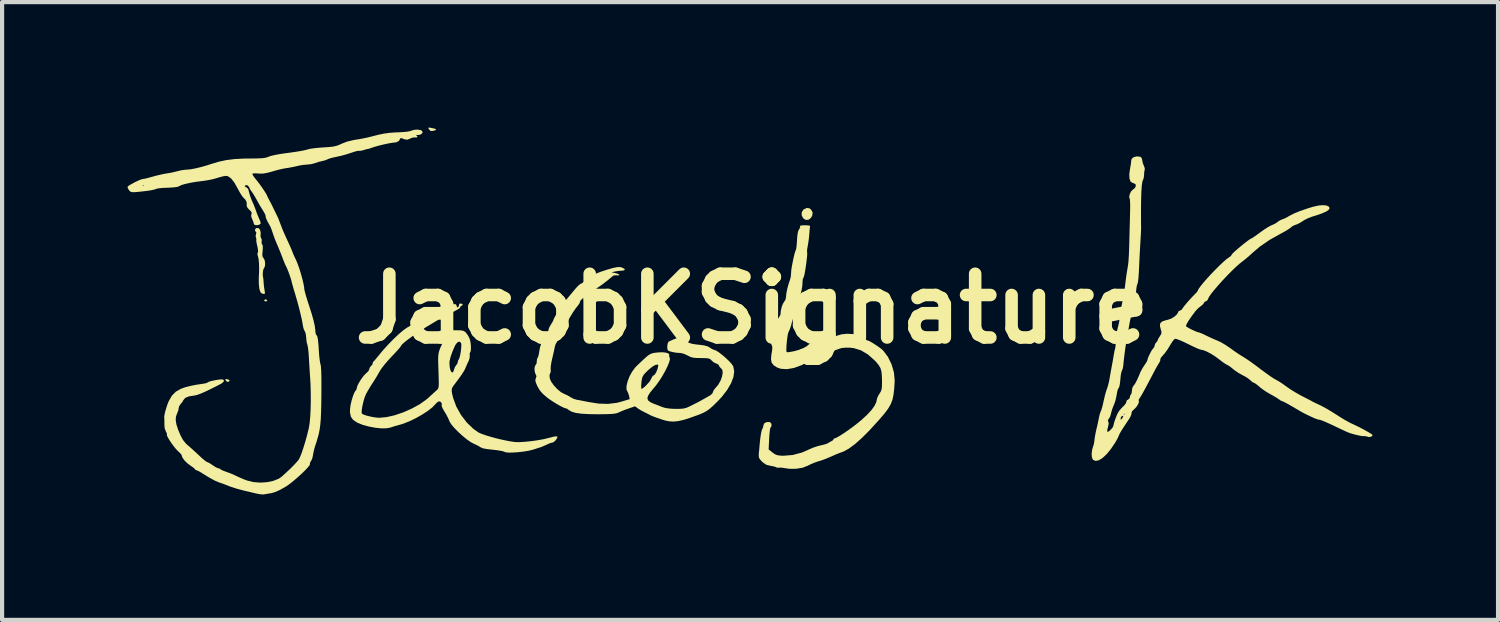
<source format=kicad_pcb>
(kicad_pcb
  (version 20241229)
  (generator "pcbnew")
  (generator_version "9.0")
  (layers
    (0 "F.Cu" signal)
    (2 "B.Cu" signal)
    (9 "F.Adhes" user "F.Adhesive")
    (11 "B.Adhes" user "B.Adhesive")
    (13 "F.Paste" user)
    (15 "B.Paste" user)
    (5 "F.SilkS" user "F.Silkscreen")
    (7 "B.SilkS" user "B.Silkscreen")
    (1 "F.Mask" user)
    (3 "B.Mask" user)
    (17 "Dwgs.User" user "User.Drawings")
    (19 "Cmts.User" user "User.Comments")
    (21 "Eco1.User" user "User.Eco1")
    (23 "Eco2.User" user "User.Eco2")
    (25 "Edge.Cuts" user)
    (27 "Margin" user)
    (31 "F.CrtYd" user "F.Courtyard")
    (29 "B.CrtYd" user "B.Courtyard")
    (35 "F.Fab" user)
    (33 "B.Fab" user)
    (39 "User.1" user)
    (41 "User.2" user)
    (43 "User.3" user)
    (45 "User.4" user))
  (footprint "JacobKSignature"
    (layer "F.Cu")
    (at 14.932 4.33)
    (property "Reference" "JacobKSignature" (at 0 0 0) (layer "F.SilkS") (effects (font (size 1.524 1.524) (thickness 0.3))))
    (attr board_only exclude_from_pos_files exclude_from_bom)
    (fp_poly (pts (xy -1.526 0.652) (xy -1.538 0.665) (xy -1.551 0.652) (xy -1.538 0.64)) (stroke (width 0) (type solid)) (fill yes) (layer "F.SilkS"))
    (fp_poly (pts (xy -12.529 1.693) (xy -12.493 1.712) (xy -12.5 1.734) (xy -12.507 1.74) (xy -12.544 1.752) (xy -12.573 1.731) (xy -12.597 1.694) (xy -12.579 1.681)) (stroke (width 0) (type solid)) (fill yes) (layer "F.SilkS"))
    (fp_poly (pts (xy -11.597 -0.208) (xy -11.592 -0.197) (xy -11.612 -0.175) (xy -11.629 -0.172) (xy -11.662 -0.186) (xy -11.666 -0.197) (xy -11.646 -0.219) (xy -11.629 -0.222)) (stroke (width 0) (type solid)) (fill yes) (layer "F.SilkS"))
    (fp_poly (pts (xy -7.687 -4.325) (xy -7.663 -4.32) (xy -7.583 -4.302) (xy -7.553 -4.286) (xy -7.569 -4.268) (xy -7.631 -4.25) (xy -7.688 -4.25) (xy -7.725 -4.287) (xy -7.743 -4.319) (xy -7.733 -4.33)) (stroke (width 0) (type solid)) (fill yes) (layer "F.SilkS"))
    (fp_poly (pts (xy 1.376 -2.397) (xy 1.411 -2.367) (xy 1.448 -2.301) (xy 1.439 -2.227) (xy 1.412 -2.177) (xy 1.356 -2.128) (xy 1.288 -2.121) (xy 1.225 -2.159) (xy 1.222 -2.162) (xy 1.186 -2.231) (xy 1.188 -2.306) (xy 1.227 -2.367) (xy 1.236 -2.374) (xy 1.312 -2.409)) (stroke (width 0) (type solid)) (fill yes) (layer "F.SilkS"))
    (fp_poly (pts (xy -11.802 -1.926) (xy -11.765 -1.887) (xy -11.749 -1.822) (xy -11.751 -1.783) (xy -11.753 -1.722) (xy -11.739 -1.686) (xy -11.738 -1.685) (xy -11.723 -1.651) (xy -11.726 -1.611) (xy -11.727 -1.561) (xy -11.713 -1.537) (xy -11.699 -1.5) (xy -11.699 -1.42) (xy -11.703 -1.38) (xy -11.71 -1.294) (xy -11.704 -1.241) (xy -11.683 -1.21) (xy -11.68 -1.208) (xy -11.654 -1.16) (xy -11.643 -1.09) (xy -11.647 -1.019) (xy -11.668 -0.969) (xy -11.672 -0.965) (xy -11.688 -0.929) (xy -11.698 -0.865) (xy -11.699 -0.796) (xy -11.691 -0.742) (xy -11.689 -0.738) (xy -11.685 -0.708) (xy -11.68 -0.647) (xy -11.678 -0.615) (xy -11.67 -0.526) (xy -11.657 -0.441) (xy -11.654 -0.425) (xy -11.646 -0.369) (xy -11.662 -0.351) (xy -11.713 -0.359) (xy -11.719 -0.361) (xy -11.756 -0.396) (xy -11.781 -0.475) (xy -11.794 -0.596) (xy -11.794 -0.755) (xy -11.789 -0.837) (xy -11.786 -0.958) (xy -11.789 -1.076) (xy -11.798 -1.178) (xy -11.813 -1.249) (xy -11.819 -1.264) (xy -11.829 -1.316) (xy -11.819 -1.334) (xy -11.81 -1.375) (xy -11.822 -1.458) (xy -11.83 -1.492) (xy -11.847 -1.568) (xy -11.855 -1.625) (xy -11.853 -1.645) (xy -11.854 -1.679) (xy -11.863 -1.698) (xy -11.87 -1.749) (xy -11.861 -1.775) (xy -11.852 -1.82) (xy -11.863 -1.834) (xy -11.887 -1.871) (xy -11.874 -1.912) (xy -11.852 -1.928)) (stroke (width 0) (type solid)) (fill yes) (layer "F.SilkS"))
    (fp_poly (pts (xy 1.327 -1.992) (xy 1.372 -1.986) (xy 1.387 -1.974) (xy 1.386 -1.967) (xy 1.382 -1.936) (xy 1.375 -1.871) (xy 1.368 -1.784) (xy 1.368 -1.778) (xy 1.357 -1.67) (xy 1.342 -1.562) (xy 1.329 -1.49) (xy 1.317 -1.418) (xy 1.313 -1.367) (xy 1.316 -1.355) (xy 1.319 -1.322) (xy 1.315 -1.253) (xy 1.305 -1.161) (xy 1.292 -1.056) (xy 1.276 -0.951) (xy 1.26 -0.856) (xy 1.245 -0.784) (xy 1.232 -0.746) (xy 1.229 -0.742) (xy 1.215 -0.715) (xy 1.207 -0.656) (xy 1.206 -0.622) (xy 1.199 -0.53) (xy 1.182 -0.432) (xy 1.158 -0.346) (xy 1.132 -0.289) (xy 1.128 -0.284) (xy 1.114 -0.245) (xy 1.108 -0.183) (xy 1.099 -0.113) (xy 1.076 -0.026) (xy 1.062 0.015) (xy 1.011 0.152) (xy 0.974 0.256) (xy 0.948 0.342) (xy 0.933 0.402) (xy 0.908 0.478) (xy 0.879 0.543) (xy 0.875 0.549) (xy 0.86 0.592) (xy 0.846 0.666) (xy 0.834 0.758) (xy 0.825 0.856) (xy 0.82 0.944) (xy 0.82 1.011) (xy 0.827 1.04) (xy 0.855 1.042) (xy 0.918 1.033) (xy 1.001 1.018) (xy 1.002 1.018) (xy 1.114 0.987) (xy 1.219 0.946) (xy 1.305 0.9) (xy 1.356 0.856) (xy 1.356 0.855) (xy 1.385 0.84) (xy 1.451 0.818) (xy 1.545 0.79) (xy 1.652 0.761) (xy 1.774 0.728) (xy 1.888 0.695) (xy 1.98 0.665) (xy 2.03 0.646) (xy 2.144 0.613) (xy 2.276 0.6) (xy 2.412 0.608) (xy 2.538 0.633) (xy 2.643 0.675) (xy 2.707 0.726) (xy 2.747 0.757) (xy 2.768 0.763) (xy 2.805 0.776) (xy 2.868 0.811) (xy 2.945 0.86) (xy 3.024 0.913) (xy 3.091 0.963) (xy 3.133 1) (xy 3.248 1.152) (xy 3.336 1.333) (xy 3.392 1.527) (xy 3.41 1.719) (xy 3.409 1.744) (xy 3.398 1.921) (xy 3.381 2.062) (xy 3.356 2.18) (xy 3.315 2.284) (xy 3.256 2.387) (xy 3.173 2.498) (xy 3.062 2.629) (xy 3.016 2.681) (xy 2.809 2.908) (xy 2.624 3.093) (xy 2.46 3.238) (xy 2.316 3.345) (xy 2.189 3.415) (xy 2.132 3.436) (xy 2.078 3.456) (xy 2.003 3.486) (xy 1.969 3.501) (xy 1.855 3.551) (xy 1.772 3.586) (xy 1.707 3.611) (xy 1.647 3.632) (xy 1.578 3.652) (xy 1.476 3.688) (xy 1.371 3.734) (xy 1.332 3.755) (xy 1.208 3.803) (xy 1.057 3.828) (xy 0.896 3.829) (xy 0.788 3.814) (xy 0.713 3.802) (xy 0.656 3.8) (xy 0.643 3.803) (xy 0.595 3.802) (xy 0.581 3.794) (xy 0.542 3.778) (xy 0.473 3.763) (xy 0.438 3.757) (xy 0.342 3.733) (xy 0.263 3.681) (xy 0.237 3.656) (xy 0.185 3.6) (xy 0.162 3.552) (xy 0.159 3.49) (xy 0.162 3.453) (xy 0.172 3.356) (xy 0.18 3.26) (xy 0.182 3.237) (xy 0.197 3.097) (xy 0.214 2.983) (xy 0.232 2.904) (xy 0.248 2.869) (xy 0.266 2.827) (xy 0.271 2.789) (xy 0.292 2.742) (xy 0.344 2.713) (xy 0.409 2.71) (xy 0.431 2.716) (xy 0.459 2.746) (xy 0.467 2.792) (xy 0.454 2.829) (xy 0.445 2.835) (xy 0.434 2.861) (xy 0.423 2.926) (xy 0.414 3.019) (xy 0.409 3.104) (xy 0.396 3.366) (xy 0.488 3.439) (xy 0.545 3.48) (xy 0.601 3.503) (xy 0.674 3.514) (xy 0.746 3.517) (xy 0.973 3.499) (xy 1.199 3.438) (xy 1.353 3.37) (xy 1.458 3.324) (xy 1.575 3.285) (xy 1.638 3.27) (xy 1.723 3.25) (xy 1.791 3.228) (xy 1.821 3.212) (xy 1.877 3.178) (xy 1.901 3.167) (xy 1.938 3.143) (xy 1.944 3.127) (xy 1.964 3.103) (xy 1.973 3.101) (xy 2.014 3.087) (xy 2.086 3.047) (xy 2.18 2.987) (xy 2.288 2.914) (xy 2.402 2.831) (xy 2.513 2.746) (xy 2.608 2.668) (xy 2.747 2.541) (xy 2.857 2.422) (xy 2.933 2.315) (xy 2.973 2.225) (xy 2.978 2.19) (xy 2.992 2.134) (xy 3.026 2.064) (xy 3.043 2.038) (xy 3.076 1.985) (xy 3.096 1.933) (xy 3.105 1.867) (xy 3.107 1.771) (xy 3.107 1.741) (xy 3.103 1.604) (xy 3.093 1.502) (xy 3.071 1.424) (xy 3.032 1.355) (xy 2.973 1.282) (xy 2.933 1.24) (xy 2.769 1.094) (xy 2.603 0.996) (xy 2.429 0.943) (xy 2.325 0.932) (xy 2.231 0.933) (xy 2.151 0.94) (xy 2.104 0.952) (xy 2.053 0.972) (xy 1.974 0.996) (xy 1.921 1.01) (xy 1.779 1.051) (xy 1.637 1.109) (xy 1.48 1.19) (xy 1.389 1.244) (xy 1.187 1.35) (xy 1 1.418) (xy 0.832 1.447) (xy 0.684 1.437) (xy 0.595 1.405) (xy 0.514 1.352) (xy 0.467 1.289) (xy 0.452 1.205) (xy 0.463 1.09) (xy 0.468 1.064) (xy 0.483 0.967) (xy 0.483 0.907) (xy 0.47 0.877) (xy 0.457 0.839) (xy 0.475 0.781) (xy 0.482 0.766) (xy 0.505 0.704) (xy 0.509 0.656) (xy 0.508 0.652) (xy 0.509 0.607) (xy 0.53 0.548) (xy 0.556 0.472) (xy 0.566 0.398) (xy 0.581 0.321) (xy 0.619 0.243) (xy 0.622 0.238) (xy 0.659 0.182) (xy 0.678 0.141) (xy 0.679 0.135) (xy 0.688 0.049) (xy 0.709 -0.042) (xy 0.738 -0.119) (xy 0.766 -0.162) (xy 0.802 -0.223) (xy 0.812 -0.286) (xy 0.82 -0.367) (xy 0.842 -0.476) (xy 0.873 -0.592) (xy 0.908 -0.695) (xy 0.926 -0.768) (xy 0.933 -0.851) (xy 0.933 -0.855) (xy 0.937 -0.917) (xy 0.951 -1.008) (xy 0.971 -1.113) (xy 0.993 -1.22) (xy 1.016 -1.314) (xy 1.037 -1.382) (xy 1.046 -1.403) (xy 1.057 -1.441) (xy 1.066 -1.512) (xy 1.071 -1.583) (xy 1.079 -1.711) (xy 1.09 -1.8) (xy 1.104 -1.859) (xy 1.125 -1.898) (xy 1.13 -1.905) (xy 1.149 -1.947) (xy 1.145 -1.968) (xy 1.156 -1.985) (xy 1.212 -1.993) (xy 1.241 -1.994)) (stroke (width 0) (type solid)) (fill yes) (layer "F.SilkS"))
    (fp_poly (pts (xy -6.923 -0.111) (xy -6.922 -0.085) (xy -6.955 -0.064) (xy -6.981 -0.041) (xy -6.98 -0.028) (xy -6.994 -0.01) (xy -7.041 0.02) (xy -7.105 0.055) (xy -7.175 0.089) (xy -7.236 0.114) (xy -7.274 0.123) (xy -7.304 0.137) (xy -7.356 0.17) (xy -7.369 0.18) (xy -7.425 0.218) (xy -7.51 0.271) (xy -7.607 0.329) (xy -7.642 0.35) (xy -7.767 0.424) (xy -7.897 0.506) (xy -8.025 0.592) (xy -8.143 0.675) (xy -8.246 0.751) (xy -8.326 0.816) (xy -8.377 0.864) (xy -8.393 0.889) (xy -8.409 0.915) (xy -8.454 0.969) (xy -8.52 1.042) (xy -8.601 1.128) (xy -8.614 1.141) (xy -8.705 1.24) (xy -8.79 1.339) (xy -8.858 1.427) (xy -8.899 1.49) (xy -8.947 1.574) (xy -9.008 1.677) (xy -9.069 1.772) (xy -9.13 1.868) (xy -9.188 1.965) (xy -9.231 2.043) (xy -9.231 2.043) (xy -9.262 2.117) (xy -9.29 2.212) (xy -9.314 2.312) (xy -9.33 2.404) (xy -9.335 2.475) (xy -9.33 2.508) (xy -9.295 2.53) (xy -9.226 2.555) (xy -9.135 2.578) (xy -9.038 2.597) (xy -8.947 2.608) (xy -8.911 2.609) (xy -8.738 2.593) (xy -8.542 2.548) (xy -8.337 2.478) (xy -8.134 2.388) (xy -7.946 2.285) (xy -7.787 2.172) (xy -7.741 2.132) (xy -7.663 2.061) (xy -7.593 1.997) (xy -7.544 1.953) (xy -7.538 1.948) (xy -7.518 1.928) (xy -7.504 1.905) (xy -7.495 1.871) (xy -7.491 1.819) (xy -7.491 1.74) (xy -7.494 1.627) (xy -7.498 1.492) (xy -7.503 1.341) (xy -7.504 1.295) (xy -7.236 1.295) (xy -7.23 1.393) (xy -7.213 1.468) (xy -7.19 1.514) (xy -7.165 1.527) (xy -7.14 1.5) (xy -7.126 1.454) (xy -7.103 1.392) (xy -7.074 1.352) (xy -7.044 1.306) (xy -7.039 1.282) (xy -7.025 1.23) (xy -7.013 1.215) (xy -6.996 1.176) (xy -6.978 1.104) (xy -6.963 1.017) (xy -6.954 0.929) (xy -6.951 0.858) (xy -6.956 0.826) (xy -6.987 0.79) (xy -7.03 0.796) (xy -7.075 0.839) (xy -7.1 0.88) (xy -7.16 1.015) (xy -7.205 1.141) (xy -7.231 1.245) (xy -7.236 1.295) (xy -7.504 1.295) (xy -7.506 1.229) (xy -7.504 1.147) (xy -7.498 1.084) (xy -7.487 1.031) (xy -7.47 0.978) (xy -7.45 0.927) (xy -7.4 0.82) (xy -7.338 0.71) (xy -7.293 0.643) (xy -7.199 0.517) (xy -7.045 0.517) (xy -6.956 0.519) (xy -6.9 0.531) (xy -6.86 0.555) (xy -6.836 0.58) (xy -6.786 0.651) (xy -6.752 0.722) (xy -6.734 0.791) (xy -6.724 0.874) (xy -6.722 0.954) (xy -6.728 1.017) (xy -6.74 1.044) (xy -6.753 1.075) (xy -6.75 1.117) (xy -6.754 1.182) (xy -6.776 1.247) (xy -6.811 1.321) (xy -6.845 1.401) (xy -6.845 1.403) (xy -6.881 1.479) (xy -6.942 1.575) (xy -7.03 1.698) (xy -7.112 1.806) (xy -7.155 1.864) (xy -7.178 1.914) (xy -7.182 1.97) (xy -7.17 2.045) (xy -7.149 2.13) (xy -7.074 2.337) (xy -6.962 2.538) (xy -6.822 2.722) (xy -6.661 2.876) (xy -6.547 2.957) (xy -6.476 2.99) (xy -6.369 3.028) (xy -6.236 3.068) (xy -6.089 3.107) (xy -5.939 3.142) (xy -5.798 3.17) (xy -5.677 3.188) (xy -5.671 3.189) (xy -5.572 3.192) (xy -5.439 3.184) (xy -5.286 3.169) (xy -5.129 3.147) (xy -4.981 3.12) (xy -4.857 3.09) (xy -4.844 3.087) (xy -4.743 3.06) (xy -4.678 3.053) (xy -4.652 3.063) (xy -4.652 3.065) (xy -4.667 3.105) (xy -4.703 3.153) (xy -4.744 3.19) (xy -4.766 3.2) (xy -4.816 3.211) (xy -4.843 3.222) (xy -5.031 3.305) (xy -5.249 3.375) (xy -5.353 3.399) (xy -5.472 3.418) (xy -5.596 3.432) (xy -5.714 3.44) (xy -5.815 3.442) (xy -5.888 3.435) (xy -5.921 3.423) (xy -5.956 3.409) (xy -6.028 3.395) (xy -6.125 3.381) (xy -6.2 3.373) (xy -6.341 3.357) (xy -6.44 3.338) (xy -6.492 3.315) (xy -6.493 3.314) (xy -6.541 3.283) (xy -6.613 3.248) (xy -6.65 3.232) (xy -6.728 3.19) (xy -6.823 3.123) (xy -6.927 3.038) (xy -7.029 2.944) (xy -7.121 2.85) (xy -7.192 2.765) (xy -7.234 2.698) (xy -7.238 2.687) (xy -7.268 2.616) (xy -7.314 2.528) (xy -7.351 2.467) (xy -7.393 2.397) (xy -7.418 2.341) (xy -7.422 2.316) (xy -7.418 2.27) (xy -7.445 2.229) (xy -7.48 2.215) (xy -7.522 2.234) (xy -7.569 2.279) (xy -7.576 2.288) (xy -7.65 2.365) (xy -7.76 2.45) (xy -7.895 2.537) (xy -8.045 2.621) (xy -8.199 2.695) (xy -8.346 2.753) (xy -8.442 2.781) (xy -8.533 2.806) (xy -8.621 2.834) (xy -8.639 2.841) (xy -8.736 2.86) (xy -8.864 2.862) (xy -9.012 2.847) (xy -9.165 2.818) (xy -9.311 2.778) (xy -9.437 2.727) (xy -9.446 2.722) (xy -9.539 2.659) (xy -9.593 2.582) (xy -9.614 2.479) (xy -9.613 2.403) (xy -9.601 2.312) (xy -9.578 2.209) (xy -9.549 2.109) (xy -9.517 2.024) (xy -9.487 1.968) (xy -9.474 1.956) (xy -9.455 1.922) (xy -9.451 1.894) (xy -9.436 1.842) (xy -9.398 1.768) (xy -9.346 1.685) (xy -9.288 1.607) (xy -9.235 1.55) (xy -9.217 1.536) (xy -9.173 1.493) (xy -9.156 1.453) (xy -9.139 1.405) (xy -9.107 1.367) (xy -9.075 1.328) (xy -9.07 1.303) (xy -9.067 1.278) (xy -9.064 1.276) (xy -9.04 1.253) (xy -8.996 1.203) (xy -8.948 1.144) (xy -8.83 1.001) (xy -8.702 0.86) (xy -8.573 0.727) (xy -8.449 0.61) (xy -8.338 0.516) (xy -8.247 0.452) (xy -8.221 0.437) (xy -8.135 0.39) (xy -8.04 0.329) (xy -7.994 0.296) (xy -7.908 0.236) (xy -7.816 0.179) (xy -7.773 0.155) (xy -7.656 0.097) (xy -7.55 0.048) (xy -7.465 0.01) (xy -7.409 -0.01) (xy -7.396 -0.013) (xy -7.361 -0.023) (xy -7.299 -0.048) (xy -7.252 -0.07) (xy -7.155 -0.106) (xy -7.093 -0.109) (xy -7.065 -0.077) (xy -7.064 -0.06) (xy -7.049 -0.032) (xy -7.033 -0.031) (xy -7.01 -0.061) (xy -7.009 -0.083) (xy -6.998 -0.116) (xy -6.966 -0.123)) (stroke (width 0) (type solid)) (fill yes) (layer "F.SilkS"))
    (fp_poly (pts (xy -3.117 -0.986) (xy -3.056 -0.955) (xy -3.042 -0.929) (xy -3.075 -0.912) (xy -3.118 -0.908) (xy -3.203 -0.901) (xy -3.282 -0.888) (xy -3.286 -0.887) (xy -3.36 -0.87) (xy -3.267 -0.85) (xy -3.208 -0.832) (xy -3.177 -0.812) (xy -3.175 -0.807) (xy -3.195 -0.793) (xy -3.236 -0.798) (xy -3.304 -0.795) (xy -3.353 -0.762) (xy -3.468 -0.665) (xy -3.594 -0.569) (xy -3.717 -0.486) (xy -3.807 -0.434) (xy -3.869 -0.396) (xy -3.941 -0.343) (xy -4.011 -0.284) (xy -4.07 -0.228) (xy -4.108 -0.184) (xy -4.115 -0.165) (xy -4.124 -0.13) (xy -4.153 -0.089) (xy -4.219 -0.005) (xy -4.288 0.096) (xy -4.364 0.222) (xy -4.453 0.382) (xy -4.484 0.44) (xy -4.522 0.518) (xy -4.537 0.567) (xy -4.531 0.599) (xy -4.523 0.61) (xy -4.505 0.643) (xy -4.527 0.66) (xy -4.529 0.66) (xy -4.59 0.7) (xy -4.651 0.77) (xy -4.698 0.851) (xy -4.715 0.906) (xy -4.729 0.974) (xy -4.75 1.071) (xy -4.775 1.177) (xy -4.779 1.193) (xy -4.801 1.294) (xy -4.814 1.383) (xy -4.816 1.446) (xy -4.815 1.454) (xy -4.814 1.512) (xy -4.828 1.545) (xy -4.843 1.589) (xy -4.838 1.663) (xy -4.838 1.663) (xy -4.805 1.743) (xy -4.741 1.834) (xy -4.658 1.923) (xy -4.569 1.997) (xy -4.487 2.041) (xy -4.41 2.075) (xy -4.343 2.114) (xy -4.335 2.12) (xy -4.27 2.155) (xy -4.192 2.178) (xy -4.188 2.179) (xy -4.117 2.191) (xy -4.02 2.21) (xy -3.922 2.23) (xy -3.669 2.27) (xy -3.444 2.277) (xy -3.238 2.252) (xy -3.13 2.225) (xy -2.926 2.163) (xy -2.942 2.085) (xy -2.96 2.023) (xy -2.98 1.983) (xy -2.981 1.983) (xy -3.004 1.925) (xy -3.001 1.845) (xy -2.652 1.845) (xy -2.65 1.9) (xy -2.642 1.919) (xy -2.612 1.903) (xy -2.564 1.864) (xy -2.547 1.849) (xy -2.453 1.747) (xy -2.4 1.654) (xy -2.396 1.643) (xy -2.374 1.607) (xy -2.36 1.6) (xy -2.329 1.578) (xy -2.294 1.524) (xy -2.264 1.451) (xy -2.252 1.408) (xy -2.243 1.354) (xy -2.255 1.336) (xy -2.298 1.342) (xy -2.305 1.344) (xy -2.358 1.37) (xy -2.428 1.421) (xy -2.502 1.486) (xy -2.502 1.487) (xy -2.57 1.556) (xy -2.61 1.61) (xy -2.631 1.666) (xy -2.644 1.741) (xy -2.646 1.766) (xy -2.652 1.845) (xy -3.001 1.845) (xy -3 1.839) (xy -2.975 1.735) (xy -2.931 1.622) (xy -2.872 1.513) (xy -2.802 1.416) (xy -2.764 1.375) (xy -2.651 1.267) (xy -2.566 1.188) (xy -2.502 1.132) (xy -2.452 1.096) (xy -2.407 1.074) (xy -2.362 1.061) (xy -2.308 1.053) (xy -2.252 1.047) (xy -2.154 1.042) (xy -2.07 1.05) (xy -2.008 1.067) (xy -1.979 1.091) (xy -1.982 1.109) (xy -1.982 1.147) (xy -1.97 1.168) (xy -1.964 1.21) (xy -1.983 1.283) (xy -2.023 1.38) (xy -2.078 1.492) (xy -2.145 1.611) (xy -2.22 1.728) (xy -2.298 1.836) (xy -2.349 1.897) (xy -2.438 2.005) (xy -2.49 2.088) (xy -2.503 2.152) (xy -2.478 2.202) (xy -2.415 2.245) (xy -2.348 2.274) (xy -2.256 2.309) (xy -2.165 2.345) (xy -2.135 2.357) (xy -2.05 2.379) (xy -1.93 2.393) (xy -1.827 2.396) (xy -1.715 2.395) (xy -1.633 2.387) (xy -1.566 2.369) (xy -1.495 2.338) (xy -1.477 2.329) (xy -1.398 2.289) (xy -1.334 2.257) (xy -1.304 2.242) (xy -1.244 2.21) (xy -1.162 2.164) (xy -1.077 2.116) (xy -1.008 2.076) (xy -0.989 2.064) (xy -0.948 2.025) (xy -0.935 1.992) (xy -0.918 1.95) (xy -0.877 1.899) (xy -0.872 1.893) (xy -0.806 1.815) (xy -0.754 1.722) (xy -0.719 1.626) (xy -0.703 1.537) (xy -0.71 1.466) (xy -0.742 1.426) (xy -0.779 1.39) (xy -0.788 1.366) (xy -0.809 1.334) (xy -0.855 1.313) (xy -0.921 1.281) (xy -0.968 1.239) (xy -0.994 1.211) (xy -1.028 1.194) (xy -1.08 1.185) (xy -1.163 1.182) (xy -1.224 1.181) (xy -1.335 1.179) (xy -1.414 1.171) (xy -1.475 1.153) (xy -1.536 1.123) (xy -1.542 1.119) (xy -1.627 1.08) (xy -1.707 1.06) (xy -1.729 1.059) (xy -1.798 1.055) (xy -1.879 1.042) (xy -1.954 1.024) (xy -2.004 1.005) (xy -2.011 1) (xy -2.026 0.959) (xy -2.028 0.896) (xy -2.018 0.833) (xy -1.999 0.792) (xy -1.994 0.788) (xy -1.871 0.732) (xy -1.75 0.691) (xy -1.69 0.676) (xy -1.63 0.669) (xy -1.601 0.682) (xy -1.586 0.724) (xy -1.562 0.776) (xy -1.517 0.813) (xy -1.442 0.839) (xy -1.329 0.857) (xy -1.272 0.862) (xy -1.148 0.878) (xy -1.06 0.903) (xy -1.009 0.932) (xy -0.954 0.967) (xy -0.913 0.984) (xy -0.91 0.984) (xy -0.863 1.001) (xy -0.792 1.046) (xy -0.709 1.11) (xy -0.623 1.184) (xy -0.544 1.26) (xy -0.483 1.329) (xy -0.45 1.38) (xy -0.427 1.496) (xy -0.445 1.632) (xy -0.502 1.782) (xy -0.595 1.942) (xy -0.722 2.107) (xy -0.818 2.21) (xy -0.923 2.314) (xy -1.007 2.389) (xy -1.082 2.444) (xy -1.161 2.488) (xy -1.255 2.528) (xy -1.292 2.542) (xy -1.482 2.61) (xy -1.636 2.659) (xy -1.764 2.688) (xy -1.873 2.7) (xy -1.974 2.695) (xy -2.074 2.675) (xy -2.141 2.655) (xy -2.272 2.611) (xy -2.364 2.577) (xy -2.427 2.55) (xy -2.461 2.532) (xy -2.508 2.507) (xy -2.573 2.475) (xy -2.581 2.471) (xy -2.659 2.43) (xy -2.731 2.385) (xy -2.731 2.384) (xy -2.798 2.335) (xy -2.954 2.388) (xy -3.049 2.422) (xy -3.135 2.457) (xy -3.186 2.481) (xy -3.225 2.497) (xy -3.279 2.509) (xy -3.355 2.517) (xy -3.463 2.522) (xy -3.608 2.524) (xy -3.667 2.525) (xy -3.893 2.522) (xy -4.074 2.512) (xy -4.212 2.493) (xy -4.313 2.464) (xy -4.379 2.426) (xy -4.381 2.425) (xy -4.421 2.395) (xy -4.44 2.387) (xy -4.487 2.374) (xy -4.563 2.339) (xy -4.656 2.287) (xy -4.755 2.226) (xy -4.85 2.163) (xy -4.902 2.124) (xy -5.003 2.037) (xy -5.073 1.957) (xy -5.126 1.868) (xy -5.133 1.854) (xy -5.169 1.771) (xy -5.183 1.718) (xy -5.177 1.68) (xy -5.17 1.667) (xy -5.155 1.614) (xy -5.164 1.592) (xy -5.19 1.535) (xy -5.202 1.462) (xy -5.198 1.393) (xy -5.178 1.351) (xy -5.151 1.304) (xy -5.149 1.267) (xy -5.143 1.208) (xy -5.129 1.179) (xy -5.11 1.135) (xy -5.094 1.063) (xy -5.088 1.02) (xy -5.072 0.933) (xy -5.046 0.847) (xy -5.015 0.773) (xy -4.985 0.725) (xy -4.967 0.714) (xy -4.95 0.693) (xy -4.947 0.669) (xy -4.931 0.618) (xy -4.902 0.576) (xy -4.872 0.532) (xy -4.866 0.502) (xy -4.858 0.468) (xy -4.829 0.411) (xy -4.812 0.385) (xy -4.775 0.324) (xy -4.753 0.28) (xy -4.75 0.27) (xy -4.738 0.238) (xy -4.707 0.179) (xy -4.676 0.127) (xy -4.636 0.058) (xy -4.609 0.007) (xy -4.603 -0.013) (xy -4.587 -0.04) (xy -4.548 -0.092) (xy -4.502 -0.145) (xy -4.437 -0.221) (xy -4.357 -0.316) (xy -4.278 -0.411) (xy -4.267 -0.425) (xy -4.203 -0.5) (xy -4.148 -0.557) (xy -4.11 -0.588) (xy -4.103 -0.591) (xy -4.07 -0.607) (xy -4.015 -0.648) (xy -3.951 -0.701) (xy -3.853 -0.775) (xy -3.739 -0.835) (xy -3.619 -0.882) (xy -3.454 -0.936) (xy -3.328 -0.972) (xy -3.235 -0.991) (xy -3.166 -0.996)) (stroke (width 0) (type solid)) (fill yes) (layer "F.SilkS"))
    (fp_poly (pts (xy -7.921 -4.268) (xy -7.901 -4.258) (xy -7.877 -4.224) (xy -7.891 -4.188) (xy -7.934 -4.16) (xy -7.99 -4.152) (xy -8.03 -4.152) (xy -8.031 -4.145) (xy -8.03 -4.144) (xy -8 -4.118) (xy -8.01 -4.095) (xy -8.052 -4.094) (xy -8.053 -4.094) (xy -8.112 -4.092) (xy -8.176 -4.067) (xy -8.235 -4.041) (xy -8.291 -4.044) (xy -8.324 -4.055) (xy -8.376 -4.074) (xy -8.403 -4.08) (xy -8.404 -4.079) (xy -8.444 -4.01) (xy -8.511 -3.976) (xy -8.531 -3.974) (xy -8.599 -3.967) (xy -8.698 -3.95) (xy -8.815 -3.925) (xy -8.933 -3.896) (xy -9.037 -3.866) (xy -9.094 -3.847) (xy -9.154 -3.826) (xy -9.189 -3.816) (xy -9.193 -3.817) (xy -9.213 -3.814) (xy -9.265 -3.799) (xy -9.285 -3.792) (xy -9.348 -3.776) (xy -9.391 -3.773) (xy -9.397 -3.775) (xy -9.428 -3.773) (xy -9.493 -3.757) (xy -9.576 -3.73) (xy -9.587 -3.726) (xy -9.704 -3.688) (xy -9.838 -3.652) (xy -9.939 -3.63) (xy -10.031 -3.61) (xy -10.105 -3.59) (xy -10.147 -3.573) (xy -10.149 -3.572) (xy -10.19 -3.553) (xy -10.257 -3.534) (xy -10.276 -3.53) (xy -10.363 -3.509) (xy -10.446 -3.482) (xy -10.453 -3.479) (xy -10.531 -3.457) (xy -10.622 -3.446) (xy -10.638 -3.445) (xy -10.726 -3.438) (xy -10.829 -3.421) (xy -10.872 -3.411) (xy -10.978 -3.387) (xy -11.092 -3.366) (xy -11.13 -3.361) (xy -11.217 -3.346) (xy -11.329 -3.32) (xy -11.444 -3.288) (xy -11.466 -3.281) (xy -11.593 -3.247) (xy -11.692 -3.23) (xy -11.782 -3.23) (xy -11.804 -3.232) (xy -11.88 -3.236) (xy -11.933 -3.232) (xy -11.949 -3.225) (xy -11.94 -3.198) (xy -11.907 -3.146) (xy -11.868 -3.098) (xy -11.817 -3.034) (xy -11.757 -2.954) (xy -11.698 -2.869) (xy -11.646 -2.79) (xy -11.608 -2.729) (xy -11.593 -2.694) (xy -11.592 -2.693) (xy -11.581 -2.666) (xy -11.551 -2.608) (xy -11.509 -2.53) (xy -11.5 -2.514) (xy -11.331 -2.166) (xy -11.256 -1.97) (xy -11.229 -1.899) (xy -11.187 -1.8) (xy -11.137 -1.69) (xy -11.113 -1.638) (xy -11.066 -1.536) (xy -11.026 -1.446) (xy -10.998 -1.38) (xy -10.99 -1.358) (xy -10.97 -1.305) (xy -10.935 -1.228) (xy -10.901 -1.157) (xy -10.866 -1.073) (xy -10.826 -0.961) (xy -10.787 -0.835) (xy -10.752 -0.707) (xy -10.725 -0.593) (xy -10.709 -0.504) (xy -10.707 -0.472) (xy -10.699 -0.429) (xy -10.678 -0.349) (xy -10.647 -0.244) (xy -10.609 -0.123) (xy -10.598 -0.091) (xy -10.533 0.112) (xy -10.487 0.275) (xy -10.457 0.406) (xy -10.443 0.51) (xy -10.441 0.551) (xy -10.431 0.609) (xy -10.409 0.641) (xy -10.392 0.675) (xy -10.378 0.756) (xy -10.366 0.883) (xy -10.361 0.964) (xy -10.353 1.088) (xy -10.342 1.198) (xy -10.33 1.284) (xy -10.318 1.333) (xy -10.309 1.383) (xy -10.302 1.483) (xy -10.298 1.631) (xy -10.297 1.828) (xy -10.298 2.074) (xy -10.298 2.083) (xy -10.301 2.309) (xy -10.306 2.494) (xy -10.313 2.647) (xy -10.324 2.775) (xy -10.339 2.888) (xy -10.36 2.993) (xy -10.389 3.1) (xy -10.424 3.216) (xy -10.452 3.298) (xy -10.477 3.39) (xy -10.496 3.483) (xy -10.499 3.505) (xy -10.515 3.579) (xy -10.541 3.636) (xy -10.547 3.643) (xy -10.571 3.689) (xy -10.571 3.719) (xy -10.584 3.749) (xy -10.627 3.802) (xy -10.694 3.873) (xy -10.778 3.954) (xy -10.871 4.038) (xy -10.966 4.119) (xy -11.056 4.191) (xy -11.133 4.245) (xy -11.151 4.256) (xy -11.285 4.332) (xy -11.393 4.381) (xy -11.486 4.409) (xy -11.519 4.415) (xy -11.598 4.428) (xy -11.664 4.439) (xy -11.679 4.442) (xy -11.729 4.441) (xy -11.807 4.43) (xy -11.863 4.418) (xy -11.964 4.394) (xy -12.082 4.366) (xy -12.159 4.348) (xy -12.315 4.306) (xy -12.464 4.259) (xy -12.585 4.212) (xy -12.589 4.21) (xy -12.645 4.188) (xy -12.72 4.163) (xy -12.734 4.158) (xy -12.839 4.115) (xy -12.977 4.04) (xy -13.148 3.935) (xy -13.169 3.921) (xy -13.23 3.886) (xy -13.277 3.866) (xy -13.286 3.864) (xy -13.314 3.851) (xy -13.315 3.844) (xy -13.334 3.821) (xy -13.383 3.783) (xy -13.422 3.757) (xy -13.506 3.694) (xy -13.576 3.624) (xy -13.622 3.557) (xy -13.635 3.514) (xy -13.653 3.479) (xy -13.697 3.433) (xy -13.711 3.421) (xy -13.759 3.373) (xy -13.816 3.306) (xy -13.873 3.229) (xy -13.926 3.151) (xy -13.968 3.081) (xy -13.992 3.029) (xy -13.994 3.004) (xy -13.99 3.003) (xy -13.991 2.985) (xy -14.013 2.943) (xy -14.015 2.94) (xy -14.045 2.858) (xy -14.052 2.762) (xy -14.051 2.688) (xy -14.053 2.634) (xy -14.055 2.621) (xy -14.055 2.575) (xy -14.041 2.496) (xy -14.015 2.401) (xy -13.983 2.301) (xy -13.948 2.212) (xy -13.945 2.207) (xy -13.871 2.079) (xy -13.778 1.985) (xy -13.656 1.916) (xy -13.537 1.874) (xy -13.419 1.845) (xy -13.293 1.82) (xy -13.192 1.805) (xy -13.107 1.793) (xy -13.043 1.778) (xy -13.015 1.763) (xy -12.984 1.746) (xy -12.92 1.728) (xy -12.838 1.711) (xy -12.756 1.697) (xy -12.688 1.691) (xy -12.653 1.693) (xy -12.627 1.718) (xy -12.642 1.755) (xy -12.693 1.794) (xy -12.698 1.797) (xy -12.89 1.895) (xy -13.044 1.97) (xy -13.165 2.024) (xy -13.257 2.059) (xy -13.325 2.076) (xy -13.346 2.079) (xy -13.468 2.098) (xy -13.553 2.134) (xy -13.596 2.184) (xy -13.597 2.186) (xy -13.627 2.239) (xy -13.661 2.277) (xy -13.698 2.331) (xy -13.709 2.376) (xy -13.72 2.438) (xy -13.746 2.501) (xy -13.775 2.579) (xy -13.781 2.665) (xy -13.764 2.769) (xy -13.722 2.897) (xy -13.664 3.034) (xy -13.608 3.137) (xy -13.54 3.223) (xy -13.512 3.249) (xy -13.455 3.298) (xy -13.375 3.369) (xy -13.286 3.451) (xy -13.24 3.494) (xy -13.161 3.567) (xy -13.094 3.624) (xy -13.046 3.66) (xy -13.03 3.667) (xy -12.996 3.681) (xy -12.938 3.715) (xy -12.901 3.741) (xy -12.835 3.784) (xy -12.782 3.81) (xy -12.763 3.815) (xy -12.722 3.829) (xy -12.713 3.838) (xy -12.684 3.857) (xy -12.622 3.884) (xy -12.57 3.902) (xy -12.47 3.939) (xy -12.368 3.983) (xy -12.331 4.001) (xy -12.242 4.042) (xy -12.137 4.086) (xy -12.078 4.108) (xy -11.927 4.146) (xy -11.763 4.159) (xy -11.598 4.149) (xy -11.445 4.117) (xy -11.316 4.065) (xy -11.255 4.023) (xy -11.15 3.929) (xy -11.045 3.831) (xy -10.952 3.737) (xy -10.879 3.658) (xy -10.837 3.606) (xy -10.807 3.546) (xy -10.769 3.449) (xy -10.727 3.324) (xy -10.683 3.181) (xy -10.641 3.03) (xy -10.604 2.881) (xy -10.595 2.841) (xy -10.578 2.729) (xy -10.564 2.578) (xy -10.555 2.399) (xy -10.551 2.203) (xy -10.552 1.999) (xy -10.558 1.799) (xy -10.566 1.661) (xy -10.576 1.515) (xy -10.586 1.354) (xy -10.595 1.203) (xy -10.598 1.146) (xy -10.606 1.037) (xy -10.617 0.943) (xy -10.628 0.878) (xy -10.634 0.859) (xy -10.648 0.809) (xy -10.658 0.734) (xy -10.66 0.697) (xy -10.669 0.619) (xy -10.685 0.558) (xy -10.695 0.541) (xy -10.718 0.494) (xy -10.737 0.423) (xy -10.74 0.406) (xy -10.752 0.33) (xy -10.764 0.267) (xy -10.766 0.258) (xy -10.805 0.09) (xy -10.839 -0.046) (xy -10.872 -0.168) (xy -10.908 -0.291) (xy -10.927 -0.357) (xy -10.96 -0.465) (xy -10.987 -0.559) (xy -11.005 -0.627) (xy -11.011 -0.652) (xy -11.024 -0.703) (xy -11.049 -0.779) (xy -11.08 -0.866) (xy -11.112 -0.947) (xy -11.137 -1.005) (xy -11.147 -1.021) (xy -11.163 -1.055) (xy -11.191 -1.122) (xy -11.225 -1.209) (xy -11.233 -1.231) (xy -11.275 -1.339) (xy -11.32 -1.449) (xy -11.357 -1.537) (xy -11.358 -1.538) (xy -11.4 -1.638) (xy -11.441 -1.749) (xy -11.457 -1.797) (xy -11.484 -1.878) (xy -11.509 -1.943) (xy -11.521 -1.969) (xy -11.587 -2.087) (xy -11.624 -2.168) (xy -11.632 -2.209) (xy -11.631 -2.212) (xy -11.637 -2.242) (xy -11.665 -2.298) (xy -11.698 -2.353) (xy -11.757 -2.447) (xy -11.818 -2.554) (xy -11.848 -2.609) (xy -11.894 -2.69) (xy -11.937 -2.76) (xy -11.962 -2.794) (xy -12.003 -2.854) (xy -12.022 -2.898) (xy -12.054 -2.943) (xy -12.086 -2.953) (xy -12.128 -2.942) (xy -12.127 -2.919) (xy -12.088 -2.898) (xy -12.049 -2.863) (xy -12.028 -2.791) (xy -12.007 -2.711) (xy -11.974 -2.617) (xy -11.954 -2.572) (xy -11.914 -2.48) (xy -11.878 -2.387) (xy -11.865 -2.35) (xy -11.834 -2.264) (xy -11.794 -2.169) (xy -11.784 -2.145) (xy -11.755 -2.077) (xy -11.749 -2.039) (xy -11.765 -2.018) (xy -11.767 -2.016) (xy -11.82 -1.997) (xy -11.873 -1.997) (xy -11.908 -2.014) (xy -11.912 -2.027) (xy -11.923 -2.07) (xy -11.948 -2.132) (xy -11.953 -2.141) (xy -11.978 -2.214) (xy -11.969 -2.261) (xy -11.963 -2.296) (xy -11.992 -2.337) (xy -12.016 -2.359) (xy -12.062 -2.408) (xy -12.083 -2.452) (xy -12.083 -2.458) (xy -12.084 -2.542) (xy -12.112 -2.603) (xy -12.149 -2.64) (xy -12.191 -2.689) (xy -12.242 -2.768) (xy -12.292 -2.859) (xy -12.295 -2.865) (xy -12.378 -3.014) (xy -12.457 -3.114) (xy -12.533 -3.167) (xy -12.578 -3.175) (xy -12.636 -3.167) (xy -12.72 -3.146) (xy -12.788 -3.125) (xy -12.886 -3.097) (xy -13.008 -3.072) (xy -13.13 -3.053) (xy -13.143 -3.052) (xy -13.299 -3.032) (xy -13.443 -3.007) (xy -13.563 -2.98) (xy -13.653 -2.952) (xy -13.697 -2.928) (xy -13.744 -2.911) (xy -13.834 -2.899) (xy -13.961 -2.892) (xy -13.98 -2.892) (xy -14.088 -2.887) (xy -14.178 -2.878) (xy -14.239 -2.867) (xy -14.257 -2.86) (xy -14.294 -2.847) (xy -14.368 -2.831) (xy -14.468 -2.816) (xy -14.57 -2.804) (xy -14.69 -2.791) (xy -14.772 -2.785) (xy -14.824 -2.786) (xy -14.856 -2.794) (xy -14.878 -2.81) (xy -14.896 -2.831) (xy -14.926 -2.88) (xy -14.932 -2.914) (xy -14.907 -2.938) (xy -14.902 -2.941) (xy -14.571 -2.941) (xy -14.558 -2.929) (xy -14.546 -2.941) (xy -14.558 -2.953) (xy -14.571 -2.941) (xy -14.902 -2.941) (xy -14.849 -2.974) (xy -14.773 -3.015) (xy -14.693 -3.054) (xy -14.621 -3.085) (xy -14.572 -3.099) (xy -14.567 -3.1) (xy -14.521 -3.107) (xy -14.448 -3.124) (xy -14.407 -3.136) (xy -14.234 -3.183) (xy -14.083 -3.218) (xy -13.968 -3.238) (xy -13.955 -3.24) (xy -13.879 -3.253) (xy -13.786 -3.275) (xy -13.742 -3.286) (xy -13.649 -3.308) (xy -13.559 -3.321) (xy -13.525 -3.323) (xy -13.43 -3.331) (xy -13.303 -3.355) (xy -13.159 -3.39) (xy -13.011 -3.433) (xy -12.958 -3.451) (xy -12.764 -3.51) (xy -12.573 -3.552) (xy -12.371 -3.577) (xy -12.142 -3.589) (xy -12.025 -3.59) (xy -11.868 -3.591) (xy -11.753 -3.595) (xy -11.67 -3.602) (xy -11.612 -3.613) (xy -11.569 -3.63) (xy -11.568 -3.63) (xy -11.512 -3.65) (xy -11.421 -3.672) (xy -11.309 -3.693) (xy -11.216 -3.708) (xy -11.037 -3.732) (xy -10.9 -3.752) (xy -10.796 -3.769) (xy -10.718 -3.784) (xy -10.657 -3.798) (xy -10.608 -3.812) (xy -10.548 -3.825) (xy -10.454 -3.838) (xy -10.338 -3.849) (xy -10.239 -3.856) (xy -10.107 -3.865) (xy -10.011 -3.876) (xy -9.936 -3.893) (xy -9.87 -3.917) (xy -9.818 -3.942) (xy -9.68 -3.995) (xy -9.519 -4.033) (xy -9.486 -4.038) (xy -9.358 -4.059) (xy -9.218 -4.087) (xy -9.107 -4.114) (xy -8.938 -4.157) (xy -8.798 -4.186) (xy -8.668 -4.204) (xy -8.529 -4.214) (xy -8.442 -4.217) (xy -8.334 -4.223) (xy -8.239 -4.233) (xy -8.172 -4.246) (xy -8.154 -4.253) (xy -8.082 -4.276) (xy -7.996 -4.281)) (stroke (width 0) (type solid)) (fill yes) (layer "F.SilkS"))
    (fp_poly (pts (xy 9.277 -3.632) (xy 9.289 -3.628) (xy 9.319 -3.594) (xy 9.328 -3.553) (xy 9.34 -3.488) (xy 9.366 -3.419) (xy 9.388 -3.362) (xy 9.389 -3.322) (xy 9.388 -3.32) (xy 9.378 -3.28) (xy 9.373 -3.215) (xy 9.373 -3.204) (xy 9.367 -3.137) (xy 9.353 -3.09) (xy 9.35 -3.086) (xy 9.332 -3.038) (xy 9.318 -2.942) (xy 9.308 -2.799) (xy 9.302 -2.611) (xy 9.299 -2.378) (xy 9.299 -2.363) (xy 9.299 -2.228) (xy 9.299 -2.11) (xy 9.3 -2.017) (xy 9.301 -1.958) (xy 9.301 -1.944) (xy 9.301 -1.904) (xy 9.298 -1.828) (xy 9.293 -1.732) (xy 9.291 -1.698) (xy 9.269 -1.322) (xy 9.25 -0.92) (xy 9.246 -0.844) (xy 9.239 -0.74) (xy 9.229 -0.654) (xy 9.217 -0.598) (xy 9.211 -0.585) (xy 9.199 -0.548) (xy 9.187 -0.474) (xy 9.178 -0.376) (xy 9.175 -0.312) (xy 9.168 -0.207) (xy 9.158 -0.122) (xy 9.147 -0.067) (xy 9.14 -0.053) (xy 9.122 -0.022) (xy 9.098 0.047) (xy 9.072 0.14) (xy 9.046 0.247) (xy 9.024 0.356) (xy 9.02 0.381) (xy 9.004 0.472) (xy 8.987 0.571) (xy 8.983 0.591) (xy 8.949 0.785) (xy 8.923 0.952) (xy 8.902 1.11) (xy 8.883 1.279) (xy 8.874 1.372) (xy 8.862 1.437) (xy 8.842 1.483) (xy 8.829 1.521) (xy 8.815 1.594) (xy 8.806 1.686) (xy 8.805 1.695) (xy 8.796 1.785) (xy 8.783 1.855) (xy 8.769 1.89) (xy 8.768 1.892) (xy 8.747 1.925) (xy 8.73 1.985) (xy 8.729 1.994) (xy 8.707 2.114) (xy 8.686 2.203) (xy 8.66 2.278) (xy 8.64 2.326) (xy 8.607 2.413) (xy 8.583 2.5) (xy 8.58 2.514) (xy 8.56 2.582) (xy 8.531 2.631) (xy 8.527 2.634) (xy 8.505 2.672) (xy 8.515 2.694) (xy 8.527 2.746) (xy 8.515 2.808) (xy 8.494 2.895) (xy 8.492 2.94) (xy 8.513 2.945) (xy 8.557 2.912) (xy 8.565 2.904) (xy 8.612 2.853) (xy 8.638 2.81) (xy 8.639 2.802) (xy 8.648 2.756) (xy 8.67 2.682) (xy 8.689 2.629) (xy 8.812 2.629) (xy 8.816 2.655) (xy 8.834 2.642) (xy 8.849 2.623) (xy 8.872 2.583) (xy 8.874 2.565) (xy 8.847 2.564) (xy 8.821 2.593) (xy 8.812 2.629) (xy 8.689 2.629) (xy 8.7 2.6) (xy 8.729 2.527) (xy 8.732 2.523) (xy 8.885 2.523) (xy 8.897 2.535) (xy 8.91 2.523) (xy 8.897 2.51) (xy 8.885 2.523) (xy 8.732 2.523) (xy 8.742 2.502) (xy 8.78 2.441) (xy 8.83 2.381) (xy 8.892 2.32) (xy 8.933 2.27) (xy 8.95 2.23) (xy 8.949 2.224) (xy 8.959 2.193) (xy 8.985 2.178) (xy 9.024 2.146) (xy 9.033 2.116) (xy 9.044 2.07) (xy 9.057 2.055) (xy 9.074 2.022) (xy 9.082 1.963) (xy 9.082 1.958) (xy 9.092 1.893) (xy 9.117 1.848) (xy 9.118 1.847) (xy 9.154 1.8) (xy 9.2 1.715) (xy 9.252 1.599) (xy 9.279 1.531) (xy 9.314 1.46) (xy 9.363 1.379) (xy 9.381 1.353) (xy 9.422 1.292) (xy 9.447 1.246) (xy 9.451 1.234) (xy 9.462 1.19) (xy 9.49 1.123) (xy 9.526 1.05) (xy 9.561 0.988) (xy 9.588 0.954) (xy 9.59 0.953) (xy 9.619 0.913) (xy 9.623 0.888) (xy 9.641 0.835) (xy 9.66 0.812) (xy 9.691 0.775) (xy 9.697 0.758) (xy 9.71 0.723) (xy 9.743 0.67) (xy 9.75 0.659) (xy 9.784 0.602) (xy 9.789 0.553) (xy 9.775 0.506) (xy 9.751 0.414) (xy 9.759 0.35) (xy 9.805 0.306) (xy 9.894 0.276) (xy 9.937 0.267) (xy 10.017 0.24) (xy 10.094 0.194) (xy 10.156 0.139) (xy 10.188 0.086) (xy 10.19 0.072) (xy 10.209 0.052) (xy 10.226 0.049) (xy 10.265 0.03) (xy 10.287 0.002) (xy 10.32 -0.046) (xy 10.377 -0.117) (xy 10.449 -0.199) (xy 10.525 -0.282) (xy 10.589 -0.348) (xy 10.633 -0.394) (xy 10.656 -0.426) (xy 10.657 -0.43) (xy 10.674 -0.469) (xy 10.721 -0.534) (xy 10.79 -0.62) (xy 10.877 -0.72) (xy 10.975 -0.827) (xy 11.078 -0.933) (xy 11.178 -1.034) (xy 11.271 -1.121) (xy 11.349 -1.188) (xy 11.402 -1.225) (xy 11.449 -1.261) (xy 11.469 -1.292) (xy 11.469 -1.293) (xy 11.487 -1.317) (xy 11.535 -1.363) (xy 11.604 -1.424) (xy 11.684 -1.491) (xy 11.765 -1.557) (xy 11.84 -1.615) (xy 11.897 -1.656) (xy 11.929 -1.674) (xy 11.93 -1.674) (xy 11.957 -1.688) (xy 12.013 -1.725) (xy 12.09 -1.78) (xy 12.146 -1.821) (xy 12.24 -1.888) (xy 12.33 -1.946) (xy 12.402 -1.986) (xy 12.428 -1.997) (xy 12.501 -2.03) (xy 12.561 -2.07) (xy 12.563 -2.072) (xy 12.625 -2.114) (xy 12.675 -2.134) (xy 12.734 -2.157) (xy 12.808 -2.195) (xy 12.835 -2.212) (xy 12.946 -2.27) (xy 13.097 -2.333) (xy 13.282 -2.396) (xy 13.419 -2.438) (xy 13.545 -2.466) (xy 13.655 -2.475) (xy 13.74 -2.465) (xy 13.794 -2.437) (xy 13.808 -2.402) (xy 13.787 -2.363) (xy 13.723 -2.32) (xy 13.615 -2.273) (xy 13.46 -2.221) (xy 13.393 -2.201) (xy 13.296 -2.164) (xy 13.2 -2.116) (xy 13.164 -2.092) (xy 13.09 -2.046) (xy 13.019 -2.013) (xy 12.996 -2.006) (xy 12.929 -1.978) (xy 12.884 -1.943) (xy 12.843 -1.911) (xy 12.771 -1.865) (xy 12.68 -1.814) (xy 12.641 -1.794) (xy 12.37 -1.642) (xy 12.142 -1.485) (xy 11.974 -1.342) (xy 11.889 -1.265) (xy 11.804 -1.192) (xy 11.734 -1.138) (xy 11.728 -1.133) (xy 11.654 -1.074) (xy 11.562 -0.992) (xy 11.459 -0.892) (xy 11.35 -0.781) (xy 11.242 -0.666) (xy 11.139 -0.551) (xy 11.048 -0.445) (xy 10.975 -0.353) (xy 10.925 -0.281) (xy 10.904 -0.237) (xy 10.903 -0.233) (xy 10.883 -0.195) (xy 10.854 -0.179) (xy 10.814 -0.157) (xy 10.805 -0.139) (xy 10.786 -0.108) (xy 10.74 -0.068) (xy 10.73 -0.062) (xy 10.661 -0.006) (xy 10.6 0.06) (xy 10.599 0.062) (xy 10.508 0.184) (xy 10.438 0.286) (xy 10.393 0.363) (xy 10.374 0.41) (xy 10.375 0.419) (xy 10.404 0.442) (xy 10.463 0.476) (xy 10.537 0.512) (xy 10.608 0.544) (xy 10.662 0.564) (xy 10.676 0.566) (xy 10.711 0.577) (xy 10.775 0.604) (xy 10.846 0.638) (xy 10.951 0.688) (xy 11.065 0.739) (xy 11.128 0.765) (xy 11.217 0.807) (xy 11.322 0.869) (xy 11.423 0.937) (xy 11.434 0.945) (xy 11.531 1.015) (xy 11.632 1.084) (xy 11.718 1.138) (xy 11.726 1.142) (xy 11.805 1.192) (xy 11.905 1.259) (xy 12.006 1.332) (xy 12.032 1.351) (xy 12.186 1.467) (xy 12.307 1.556) (xy 12.4 1.622) (xy 12.472 1.669) (xy 12.527 1.701) (xy 12.544 1.709) (xy 12.602 1.743) (xy 12.683 1.795) (xy 12.769 1.857) (xy 12.778 1.864) (xy 12.876 1.932) (xy 12.997 2.006) (xy 13.117 2.074) (xy 13.143 2.087) (xy 13.238 2.136) (xy 13.32 2.178) (xy 13.375 2.207) (xy 13.389 2.216) (xy 13.43 2.237) (xy 13.5 2.271) (xy 13.574 2.305) (xy 13.656 2.347) (xy 13.764 2.407) (xy 13.881 2.478) (xy 13.968 2.533) (xy 14.076 2.602) (xy 14.182 2.666) (xy 14.272 2.716) (xy 14.324 2.742) (xy 14.427 2.79) (xy 14.535 2.843) (xy 14.639 2.898) (xy 14.73 2.949) (xy 14.797 2.99) (xy 14.833 3.017) (xy 14.835 3.021) (xy 14.824 3.048) (xy 14.784 3.066) (xy 14.736 3.069) (xy 14.712 3.06) (xy 14.664 3.048) (xy 14.628 3.048) (xy 14.577 3.045) (xy 14.495 3.029) (xy 14.399 3.006) (xy 14.306 2.979) (xy 14.238 2.954) (xy 14.198 2.936) (xy 14.124 2.901) (xy 14.025 2.855) (xy 13.913 2.802) (xy 13.902 2.796) (xy 13.79 2.744) (xy 13.692 2.701) (xy 13.617 2.671) (xy 13.576 2.658) (xy 13.573 2.658) (xy 13.523 2.648) (xy 13.458 2.624) (xy 13.454 2.623) (xy 13.356 2.578) (xy 13.282 2.543) (xy 13.22 2.513) (xy 13.161 2.482) (xy 13.092 2.443) (xy 13.004 2.391) (xy 12.883 2.321) (xy 12.88 2.319) (xy 12.796 2.271) (xy 12.728 2.235) (xy 12.686 2.216) (xy 12.681 2.215) (xy 12.646 2.201) (xy 12.599 2.169) (xy 12.546 2.133) (xy 12.468 2.087) (xy 12.389 2.043) (xy 12.29 1.985) (xy 12.191 1.917) (xy 12.131 1.868) (xy 12.069 1.816) (xy 12.019 1.781) (xy 11.998 1.772) (xy 11.963 1.756) (xy 11.917 1.716) (xy 11.914 1.712) (xy 11.86 1.668) (xy 11.781 1.618) (xy 11.726 1.59) (xy 11.632 1.538) (xy 11.541 1.476) (xy 11.501 1.444) (xy 11.437 1.392) (xy 11.379 1.353) (xy 11.359 1.344) (xy 11.315 1.32) (xy 11.249 1.275) (xy 11.174 1.217) (xy 11.071 1.141) (xy 10.963 1.073) (xy 10.862 1.021) (xy 10.78 0.99) (xy 10.745 0.985) (xy 10.706 0.974) (xy 10.633 0.945) (xy 10.537 0.901) (xy 10.428 0.848) (xy 10.423 0.845) (xy 10.315 0.793) (xy 10.221 0.752) (xy 10.15 0.726) (xy 10.112 0.72) (xy 10.11 0.72) (xy 10.08 0.747) (xy 10.037 0.806) (xy 9.989 0.884) (xy 9.986 0.89) (xy 9.93 0.98) (xy 9.87 1.063) (xy 9.823 1.117) (xy 9.78 1.166) (xy 9.761 1.203) (xy 9.762 1.211) (xy 9.759 1.244) (xy 9.733 1.296) (xy 9.73 1.299) (xy 9.693 1.36) (xy 9.647 1.442) (xy 9.622 1.489) (xy 9.518 1.688) (xy 9.434 1.846) (xy 9.369 1.967) (xy 9.32 2.055) (xy 9.286 2.112) (xy 9.265 2.142) (xy 9.264 2.143) (xy 9.243 2.181) (xy 9.245 2.198) (xy 9.25 2.233) (xy 9.228 2.289) (xy 9.188 2.351) (xy 9.138 2.403) (xy 9.13 2.409) (xy 9.085 2.454) (xy 9.071 2.493) (xy 9.072 2.496) (xy 9.067 2.535) (xy 9.039 2.596) (xy 9.016 2.635) (xy 8.934 2.758) (xy 8.874 2.849) (xy 8.832 2.915) (xy 8.803 2.964) (xy 8.782 3.004) (xy 8.765 3.043) (xy 8.751 3.077) (xy 8.729 3.12) (xy 8.693 3.184) (xy 8.682 3.203) (xy 8.578 3.357) (xy 8.476 3.481) (xy 8.379 3.571) (xy 8.291 3.625) (xy 8.215 3.641) (xy 8.155 3.615) (xy 8.146 3.605) (xy 8.124 3.548) (xy 8.119 3.464) (xy 8.131 3.372) (xy 8.151 3.307) (xy 8.173 3.234) (xy 8.186 3.148) (xy 8.187 3.138) (xy 8.197 3.061) (xy 8.216 2.96) (xy 8.234 2.88) (xy 8.259 2.773) (xy 8.282 2.666) (xy 8.295 2.6) (xy 8.312 2.525) (xy 8.331 2.468) (xy 8.339 2.453) (xy 8.353 2.417) (xy 8.374 2.346) (xy 8.396 2.252) (xy 8.404 2.215) (xy 8.429 2.107) (xy 8.455 2.007) (xy 8.479 1.933) (xy 8.484 1.92) (xy 8.509 1.844) (xy 8.533 1.748) (xy 8.543 1.698) (xy 8.559 1.605) (xy 8.58 1.488) (xy 8.601 1.372) (xy 8.602 1.366) (xy 8.622 1.26) (xy 8.639 1.162) (xy 8.651 1.09) (xy 8.652 1.083) (xy 8.665 1.014) (xy 8.678 0.962) (xy 8.679 0.96) (xy 8.688 0.917) (xy 8.694 0.842) (xy 8.698 0.763) (xy 8.707 0.647) (xy 8.728 0.523) (xy 8.744 0.455) (xy 8.768 0.358) (xy 8.791 0.235) (xy 8.81 0.112) (xy 8.812 0.093) (xy 8.826 -0.011) (xy 8.841 -0.103) (xy 8.855 -0.166) (xy 8.86 -0.178) (xy 8.872 -0.226) (xy 8.887 -0.309) (xy 8.902 -0.414) (xy 8.91 -0.48) (xy 8.925 -0.606) (xy 8.941 -0.732) (xy 8.956 -0.839) (xy 8.962 -0.874) (xy 8.972 -0.936) (xy 8.981 -0.988) (xy 8.988 -1.036) (xy 8.995 -1.084) (xy 9 -1.137) (xy 9.004 -1.201) (xy 9.009 -1.279) (xy 9.013 -1.378) (xy 9.017 -1.502) (xy 9.021 -1.657) (xy 9.026 -1.846) (xy 9.032 -2.075) (xy 9.038 -2.308) (xy 9.04 -2.425) (xy 9.039 -2.525) (xy 9.035 -2.595) (xy 9.029 -2.628) (xy 9.029 -2.628) (xy 9.017 -2.67) (xy 9.029 -2.732) (xy 9.056 -2.794) (xy 9.092 -2.837) (xy 9.101 -2.843) (xy 9.149 -2.88) (xy 9.175 -2.929) (xy 9.17 -2.972) (xy 9.164 -2.978) (xy 9.124 -2.999) (xy 9.096 -3.007) (xy 9.05 -3.038) (xy 9.024 -3.109) (xy 9.019 -3.213) (xy 9.037 -3.345) (xy 9.037 -3.346) (xy 9.053 -3.434) (xy 9.063 -3.505) (xy 9.065 -3.543) (xy 9.081 -3.591) (xy 9.131 -3.625) (xy 9.202 -3.641)) (stroke (width 0) (type solid)) (fill yes) (layer "F.SilkS")))
  (gr_rect
    (start -3 -3)
    (end 32.768 11.772)
    (stroke (width 0.1) (type default))
    (fill no)
    (layer "Edge.Cuts")))
</source>
